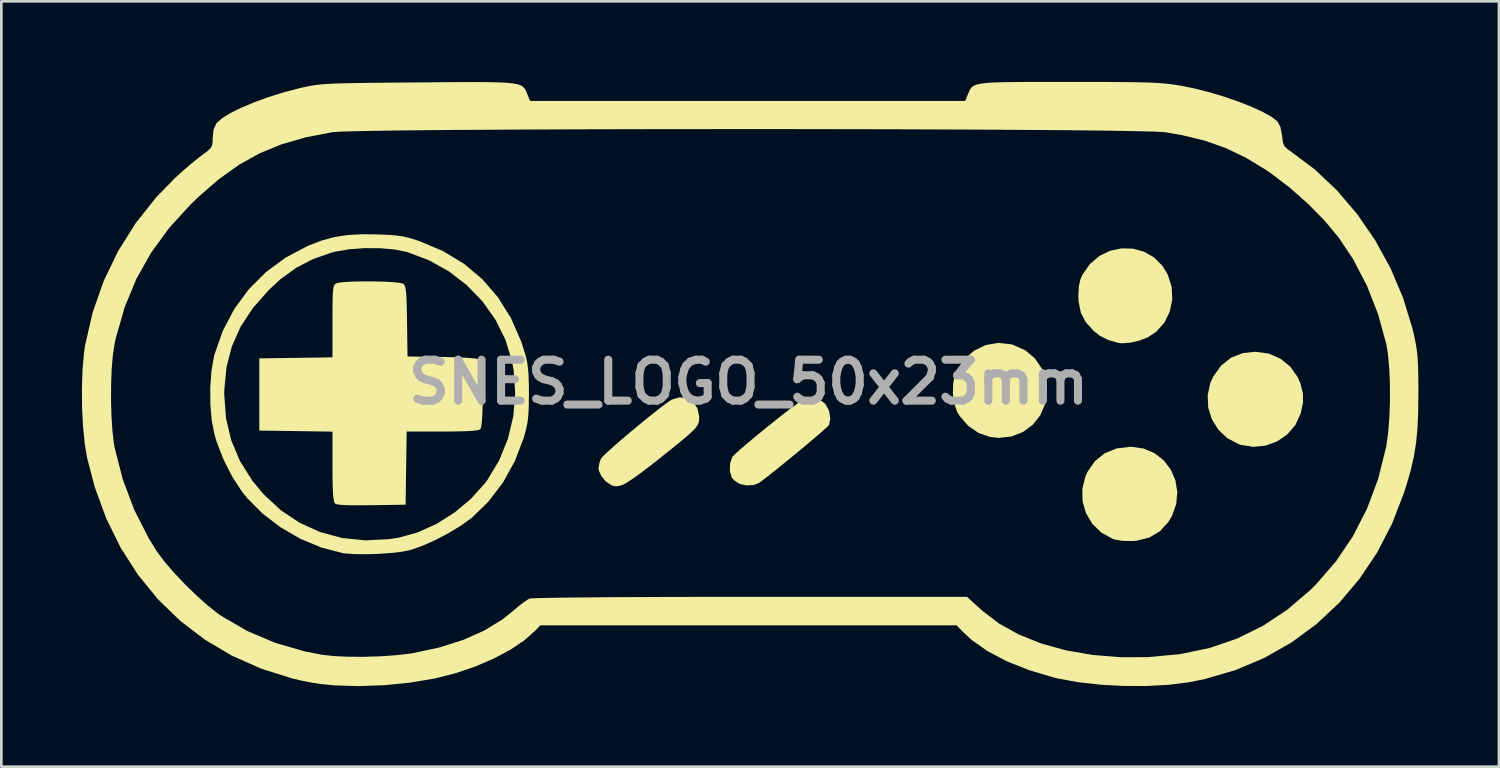
<source format=kicad_pcb>
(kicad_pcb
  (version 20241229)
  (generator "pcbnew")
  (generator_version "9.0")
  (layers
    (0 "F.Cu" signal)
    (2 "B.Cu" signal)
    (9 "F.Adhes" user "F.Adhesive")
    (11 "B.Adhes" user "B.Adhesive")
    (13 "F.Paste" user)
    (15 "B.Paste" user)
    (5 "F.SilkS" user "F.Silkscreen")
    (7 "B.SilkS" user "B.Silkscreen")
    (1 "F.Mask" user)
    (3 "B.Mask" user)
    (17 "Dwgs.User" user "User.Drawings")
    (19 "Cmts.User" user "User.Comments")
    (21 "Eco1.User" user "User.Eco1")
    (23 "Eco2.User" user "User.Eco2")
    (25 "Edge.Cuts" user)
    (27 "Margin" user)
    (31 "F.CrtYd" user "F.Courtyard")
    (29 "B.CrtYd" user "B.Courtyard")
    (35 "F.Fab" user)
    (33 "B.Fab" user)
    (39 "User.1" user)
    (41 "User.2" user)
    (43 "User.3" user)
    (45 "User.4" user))
  (footprint "SNES_LOGO_50x23mm"
    (layer "F.Cu")
    (at 24.825 11.179)
    (property "Reference" "SNES_LOGO_50x23mm" (at 0 0 0) (layer "F.Fab") (effects (font (size 1.524 1.524) (thickness 0.3))))
    (attr board_only exclude_from_pos_files exclude_from_bom)
    (fp_poly (pts (xy 9.763 -1.411) (xy 9.841 -1.39) (xy 10.297 -1.189) (xy 10.662 -0.885) (xy 10.925 -0.495) (xy 11.076 -0.033) (xy 11.107 0.322) (xy 11.044 0.806) (xy 10.863 1.232) (xy 10.582 1.586) (xy 10.22 1.855) (xy 9.793 2.023) (xy 9.318 2.077) (xy 8.994 2.043) (xy 8.561 1.893) (xy 8.172 1.623) (xy 7.855 1.255) (xy 7.761 1.097) (xy 7.655 0.793) (xy 7.607 0.421) (xy 7.618 0.038) (xy 7.687 -0.299) (xy 7.739 -0.425) (xy 8.033 -0.852) (xy 8.4 -1.173) (xy 8.823 -1.379) (xy 9.283 -1.461)) (stroke (width 0) (type solid)) (fill yes) (layer "F.SilkS"))
    (fp_poly (pts (xy 19.361 -1.065) (xy 19.801 -0.875) (xy 20.169 -0.578) (xy 20.446 -0.186) (xy 20.552 0.062) (xy 20.641 0.422) (xy 20.645 0.764) (xy 20.562 1.151) (xy 20.556 1.172) (xy 20.36 1.597) (xy 20.062 1.944) (xy 19.686 2.204) (xy 19.256 2.363) (xy 18.794 2.41) (xy 18.326 2.335) (xy 18.248 2.309) (xy 17.827 2.088) (xy 17.492 1.773) (xy 17.252 1.387) (xy 17.116 0.953) (xy 17.093 0.496) (xy 17.191 0.039) (xy 17.3 -0.203) (xy 17.596 -0.617) (xy 17.964 -0.91) (xy 18.405 -1.081) (xy 18.871 -1.131)) (stroke (width 0) (type solid)) (fill yes) (layer "F.SilkS"))
    (fp_poly (pts (xy 14.237 2.407) (xy 14.71 2.472) (xy 15.122 2.649) (xy 15.463 2.919) (xy 15.724 3.262) (xy 15.894 3.66) (xy 15.964 4.092) (xy 15.924 4.54) (xy 15.765 4.984) (xy 15.634 5.203) (xy 15.314 5.555) (xy 14.919 5.789) (xy 14.446 5.905) (xy 14.304 5.917) (xy 13.917 5.911) (xy 13.609 5.855) (xy 13.567 5.84) (xy 13.138 5.606) (xy 12.801 5.279) (xy 12.565 4.884) (xy 12.436 4.442) (xy 12.426 3.977) (xy 12.542 3.51) (xy 12.616 3.347) (xy 12.897 2.941) (xy 13.263 2.647) (xy 13.708 2.468) (xy 14.227 2.407)) (stroke (width 0) (type solid)) (fill yes) (layer "F.SilkS"))
    (fp_poly (pts (xy 14.312 -4.97) (xy 14.726 -4.856) (xy 15.101 -4.64) (xy 15.418 -4.322) (xy 15.61 -4) (xy 15.754 -3.542) (xy 15.776 -3.076) (xy 15.684 -2.628) (xy 15.486 -2.222) (xy 15.19 -1.884) (xy 14.871 -1.671) (xy 14.557 -1.548) (xy 14.217 -1.469) (xy 13.908 -1.446) (xy 13.761 -1.462) (xy 13.38 -1.574) (xy 13.085 -1.723) (xy 12.863 -1.896) (xy 12.556 -2.23) (xy 12.371 -2.585) (xy 12.288 -3.001) (xy 12.28 -3.219) (xy 12.297 -3.565) (xy 12.356 -3.829) (xy 12.432 -4.002) (xy 12.711 -4.401) (xy 13.06 -4.697) (xy 13.458 -4.89) (xy 13.883 -4.981)) (stroke (width 0) (type solid)) (fill yes) (layer "F.SilkS"))
    (fp_poly (pts (xy 2.486 0.585) (xy 2.624 0.636) (xy 2.655 0.651) (xy 2.861 0.816) (xy 2.996 1.065) (xy 3.042 1.351) (xy 2.997 1.592) (xy 2.935 1.659) (xy 2.781 1.799) (xy 2.553 1.997) (xy 2.27 2.237) (xy 1.95 2.504) (xy 1.612 2.783) (xy 1.274 3.059) (xy 0.954 3.316) (xy 0.672 3.539) (xy 0.445 3.712) (xy 0.389 3.753) (xy 0.184 3.832) (xy -0.076 3.847) (xy -0.322 3.793) (xy -0.331 3.789) (xy -0.508 3.68) (xy -0.629 3.553) (xy -0.631 3.548) (xy -0.699 3.305) (xy -0.69 3.027) (xy -0.607 2.79) (xy -0.594 2.771) (xy -0.508 2.681) (xy -0.328 2.519) (xy -0.071 2.298) (xy 0.244 2.035) (xy 0.601 1.743) (xy 0.793 1.588) (xy 1.229 1.24) (xy 1.573 0.975) (xy 1.841 0.783) (xy 2.05 0.657) (xy 2.216 0.587) (xy 2.356 0.566)) (stroke (width 0) (type solid)) (fill yes) (layer "F.SilkS"))
    (fp_poly (pts (xy -2.294 0.603) (xy -2.063 0.747) (xy -1.903 0.978) (xy -1.84 1.278) (xy -1.84 1.29) (xy -1.842 1.401) (xy -1.857 1.499) (xy -1.896 1.595) (xy -1.972 1.703) (xy -2.097 1.834) (xy -2.283 2.003) (xy -2.542 2.22) (xy -2.886 2.499) (xy -3.327 2.852) (xy -3.383 2.897) (xy -3.733 3.17) (xy -4.059 3.415) (xy -4.341 3.616) (xy -4.558 3.758) (xy -4.688 3.826) (xy -4.692 3.827) (xy -4.861 3.873) (xy -4.964 3.88) (xy -5.071 3.849) (xy -5.137 3.822) (xy -5.322 3.695) (xy -5.482 3.5) (xy -5.578 3.292) (xy -5.589 3.213) (xy -5.56 3.024) (xy -5.502 2.858) (xy -5.427 2.768) (xy -5.261 2.607) (xy -5.021 2.391) (xy -4.729 2.137) (xy -4.403 1.861) (xy -4.062 1.578) (xy -3.727 1.305) (xy -3.416 1.058) (xy -3.15 0.853) (xy -2.947 0.707) (xy -2.852 0.648) (xy -2.566 0.564)) (stroke (width 0) (type solid)) (fill yes) (layer "F.SilkS"))
    (fp_poly (pts (xy -13.938 -3.75) (xy -13.574 -3.741) (xy -13.255 -3.724) (xy -13.01 -3.7) (xy -12.869 -3.669) (xy -12.856 -3.661) (xy -12.813 -3.613) (xy -12.781 -3.528) (xy -12.758 -3.385) (xy -12.741 -3.167) (xy -12.73 -2.852) (xy -12.721 -2.421) (xy -12.719 -2.264) (xy -12.7 -0.955) (xy -11.396 -0.936) (xy -10.892 -0.924) (xy -10.488 -0.906) (xy -10.197 -0.882) (xy -10.03 -0.853) (xy -9.999 -0.839) (xy -9.964 -0.74) (xy -9.936 -0.529) (xy -9.916 -0.235) (xy -9.903 0.115) (xy -9.899 0.491) (xy -9.903 0.865) (xy -9.914 1.207) (xy -9.934 1.49) (xy -9.962 1.683) (xy -9.99 1.755) (xy -10.078 1.788) (xy -10.27 1.813) (xy -10.578 1.829) (xy -11.011 1.838) (xy -11.404 1.84) (xy -12.732 1.84) (xy -12.752 3.202) (xy -12.771 4.564) (xy -14.046 4.583) (xy -14.548 4.587) (xy -14.923 4.583) (xy -15.182 4.569) (xy -15.341 4.546) (xy -15.408 4.516) (xy -15.442 4.43) (xy -15.468 4.246) (xy -15.484 3.95) (xy -15.493 3.533) (xy -15.495 3.136) (xy -15.495 1.843) (xy -16.857 1.823) (xy -18.219 1.804) (xy -18.219 -0.884) (xy -16.857 -0.904) (xy -15.495 -0.923) (xy -15.495 -2.263) (xy -15.494 -2.731) (xy -15.49 -3.078) (xy -15.481 -3.323) (xy -15.466 -3.485) (xy -15.441 -3.585) (xy -15.406 -3.642) (xy -15.359 -3.676) (xy -15.358 -3.677) (xy -15.228 -3.708) (xy -14.991 -3.731) (xy -14.676 -3.745) (xy -14.315 -3.752)) (stroke (width 0) (type solid)) (fill yes) (layer "F.SilkS"))
    (fp_poly (pts (xy -13.867 -5.502) (xy -13.451 -5.486) (xy -13.134 -5.463) (xy -12.872 -5.425) (xy -12.623 -5.366) (xy -12.343 -5.278) (xy -12.25 -5.247) (xy -11.376 -4.879) (xy -10.597 -4.407) (xy -9.915 -3.832) (xy -9.331 -3.157) (xy -8.848 -2.383) (xy -8.467 -1.513) (xy -8.292 -0.955) (xy -8.234 -0.679) (xy -8.198 -0.335) (xy -8.182 0.105) (xy -8.18 0.46) (xy -8.185 0.886) (xy -8.2 1.211) (xy -8.229 1.477) (xy -8.277 1.723) (xy -8.349 1.992) (xy -8.377 2.085) (xy -8.706 2.946) (xy -9.147 3.74) (xy -9.69 4.452) (xy -10.288 5.034) (xy -10.676 5.32) (xy -11.15 5.61) (xy -11.662 5.879) (xy -12.166 6.103) (xy -12.615 6.257) (xy -12.629 6.261) (xy -12.932 6.319) (xy -13.332 6.364) (xy -13.785 6.395) (xy -14.247 6.409) (xy -14.674 6.404) (xy -15.022 6.38) (xy -15.124 6.365) (xy -15.911 6.159) (xy -16.688 5.834) (xy -17.427 5.407) (xy -18.098 4.896) (xy -18.674 4.317) (xy -18.853 4.094) (xy -19.218 3.537) (xy -19.545 2.898) (xy -19.803 2.236) (xy -19.89 1.946) (xy -19.991 1.421) (xy -20.043 0.816) (xy -20.044 0.46) (xy -19.525 0.46) (xy -19.46 1.339) (xy -19.265 2.165) (xy -18.937 2.943) (xy -18.476 3.674) (xy -18.055 4.18) (xy -17.419 4.77) (xy -16.714 5.24) (xy -15.949 5.585) (xy -15.135 5.804) (xy -14.279 5.892) (xy -13.393 5.848) (xy -13.018 5.789) (xy -12.314 5.593) (xy -11.614 5.275) (xy -10.948 4.854) (xy -10.342 4.349) (xy -9.825 3.776) (xy -9.721 3.636) (xy -9.282 2.903) (xy -8.961 2.107) (xy -8.762 1.269) (xy -8.69 0.412) (xy -8.749 -0.443) (xy -8.815 -0.8) (xy -9.059 -1.589) (xy -9.428 -2.328) (xy -9.909 -3.005) (xy -10.49 -3.608) (xy -11.159 -4.124) (xy -11.904 -4.54) (xy -12.713 -4.843) (xy -12.735 -4.85) (xy -13.186 -4.94) (xy -13.722 -4.986) (xy -14.297 -4.989) (xy -14.861 -4.948) (xy -15.366 -4.865) (xy -15.53 -4.823) (xy -16.232 -4.576) (xy -16.852 -4.254) (xy -17.429 -3.833) (xy -17.865 -3.431) (xy -18.458 -2.76) (xy -18.915 -2.064) (xy -19.241 -1.333) (xy -19.442 -0.552) (xy -19.523 0.289) (xy -19.525 0.46) (xy -20.044 0.46) (xy -20.046 0.182) (xy -20 -0.428) (xy -19.905 -0.964) (xy -19.89 -1.022) (xy -19.581 -1.906) (xy -19.155 -2.718) (xy -18.618 -3.45) (xy -17.979 -4.091) (xy -17.246 -4.633) (xy -16.427 -5.066) (xy -16.402 -5.077) (xy -15.906 -5.269) (xy -15.433 -5.4) (xy -14.941 -5.477) (xy -14.386 -5.507)) (stroke (width 0) (type solid)) (fill yes) (layer "F.SilkS"))
    (fp_poly (pts (xy 11.93 -11.179) (xy 12.721 -11.178) (xy 13.386 -11.177) (xy 13.939 -11.173) (xy 14.397 -11.167) (xy 14.774 -11.159) (xy 15.086 -11.147) (xy 15.347 -11.131) (xy 15.574 -11.111) (xy 15.782 -11.086) (xy 15.985 -11.056) (xy 16.102 -11.036) (xy 16.627 -10.93) (xy 17.176 -10.789) (xy 17.727 -10.623) (xy 18.256 -10.44) (xy 18.741 -10.248) (xy 19.157 -10.056) (xy 19.481 -9.873) (xy 19.691 -9.708) (xy 19.699 -9.7) (xy 19.803 -9.5) (xy 19.863 -9.197) (xy 19.866 -9.165) (xy 19.894 -8.935) (xy 19.949 -8.79) (xy 20.063 -8.677) (xy 20.19 -8.589) (xy 21.085 -7.919) (xy 21.914 -7.134) (xy 22.667 -6.249) (xy 23.334 -5.279) (xy 23.904 -4.24) (xy 24.368 -3.146) (xy 24.716 -2.012) (xy 24.776 -1.76) (xy 24.834 -1.483) (xy 24.877 -1.227) (xy 24.907 -0.961) (xy 24.926 -0.657) (xy 24.936 -0.285) (xy 24.94 0.187) (xy 24.94 0.425) (xy 24.932 1.135) (xy 24.905 1.741) (xy 24.853 2.277) (xy 24.771 2.781) (xy 24.654 3.287) (xy 24.497 3.832) (xy 24.407 4.114) (xy 23.96 5.271) (xy 23.405 6.344) (xy 22.747 7.327) (xy 21.993 8.217) (xy 21.15 9.006) (xy 20.222 9.69) (xy 19.217 10.263) (xy 18.14 10.719) (xy 16.998 11.054) (xy 16.383 11.178) (xy 15.64 11.271) (xy 14.816 11.315) (xy 13.951 11.313) (xy 13.087 11.265) (xy 12.267 11.173) (xy 11.531 11.038) (xy 11.386 11.004) (xy 10.461 10.73) (xy 9.633 10.403) (xy 8.915 10.027) (xy 8.315 9.609) (xy 7.955 9.276) (xy 7.748 9.056) (xy -7.758 9.056) (xy -7.93 9.241) (xy -8.338 9.606) (xy -8.863 9.96) (xy -9.483 10.291) (xy -10.171 10.587) (xy -10.906 10.837) (xy -11.662 11.03) (xy -11.697 11.037) (xy -12.608 11.19) (xy -13.562 11.285) (xy -14.514 11.32) (xy -15.416 11.292) (xy -15.945 11.24) (xy -16.268 11.189) (xy -16.644 11.115) (xy -16.989 11.035) (xy -18.153 10.669) (xy -19.24 10.185) (xy -20.247 9.589) (xy -21.169 8.885) (xy -22 8.078) (xy -22.738 7.173) (xy -23.378 6.174) (xy -23.916 5.085) (xy -24.346 3.913) (xy -24.63 2.829) (xy -24.721 2.282) (xy -24.784 1.637) (xy -24.82 0.937) (xy -24.822 0.674) (xy -23.741 0.674) (xy -23.724 1.269) (xy -23.688 1.819) (xy -23.633 2.288) (xy -23.606 2.441) (xy -23.303 3.621) (xy -22.877 4.753) (xy -22.336 5.817) (xy -22.028 6.313) (xy -21.761 6.671) (xy -21.41 7.081) (xy -21.004 7.51) (xy -20.575 7.929) (xy -20.153 8.306) (xy -19.769 8.612) (xy -19.64 8.702) (xy -18.667 9.267) (xy -17.623 9.71) (xy -16.511 10.031) (xy -15.884 10.152) (xy -15.448 10.2) (xy -14.914 10.225) (xy -14.322 10.228) (xy -13.714 10.209) (xy -13.128 10.169) (xy -12.608 10.108) (xy -12.486 10.089) (xy -11.509 9.879) (xy -10.622 9.597) (xy -9.837 9.247) (xy -9.164 8.835) (xy -8.816 8.557) (xy -8.58 8.357) (xy -8.363 8.19) (xy -8.201 8.082) (xy -8.158 8.06) (xy -8.062 8.051) (xy -7.832 8.042) (xy -7.474 8.033) (xy -6.995 8.026) (xy -6.402 8.019) (xy -5.702 8.013) (xy -4.902 8.007) (xy -4.008 8.003) (xy -3.027 7.999) (xy -1.967 7.997) (xy -0.834 7.995) (xy 0.074 7.995) (xy 8.134 7.995) (xy 8.683 8.496) (xy 9.316 8.983) (xy 10.058 9.396) (xy 10.898 9.733) (xy 11.823 9.989) (xy 12.819 10.16) (xy 13.874 10.244) (xy 14.893 10.239) (xy 16.064 10.129) (xy 17.16 9.901) (xy 18.186 9.551) (xy 19.148 9.078) (xy 20.052 8.48) (xy 20.904 7.753) (xy 21.119 7.54) (xy 21.863 6.686) (xy 22.5 5.743) (xy 23.026 4.717) (xy 23.438 3.617) (xy 23.731 2.451) (xy 23.747 2.37) (xy 23.815 1.887) (xy 23.86 1.319) (xy 23.882 0.705) (xy 23.881 0.083) (xy 23.856 -0.51) (xy 23.808 -1.035) (xy 23.746 -1.415) (xy 23.441 -2.526) (xy 23.025 -3.59) (xy 22.508 -4.581) (xy 21.97 -5.387) (xy 21.455 -6.006) (xy 20.841 -6.631) (xy 20.166 -7.229) (xy 19.467 -7.764) (xy 19.249 -7.913) (xy 18.507 -8.362) (xy 17.766 -8.716) (xy 16.987 -8.991) (xy 16.135 -9.198) (xy 15.53 -9.303) (xy 15.37 -9.316) (xy 15.076 -9.329) (xy 14.657 -9.34) (xy 14.122 -9.351) (xy 13.478 -9.362) (xy 12.734 -9.371) (xy 11.898 -9.38) (xy 10.978 -9.387) (xy 9.982 -9.394) (xy 8.919 -9.401) (xy 7.796 -9.406) (xy 6.623 -9.411) (xy 5.407 -9.415) (xy 4.156 -9.418) (xy 2.879 -9.42) (xy 1.584 -9.422) (xy 0.279 -9.422) (xy -1.027 -9.422) (xy -2.327 -9.421) (xy -3.612 -9.42) (xy -4.874 -9.417) (xy -6.105 -9.414) (xy -7.297 -9.41) (xy -8.44 -9.405) (xy -9.528 -9.399) (xy -10.552 -9.393) (xy -11.503 -9.386) (xy -12.374 -9.378) (xy -13.156 -9.369) (xy -13.841 -9.359) (xy -14.421 -9.348) (xy -14.887 -9.337) (xy -15.231 -9.325) (xy -15.446 -9.312) (xy -15.495 -9.307) (xy -16.488 -9.116) (xy -17.384 -8.858) (xy -18.207 -8.52) (xy -18.982 -8.088) (xy -19.735 -7.549) (xy -20.492 -6.892) (xy -20.776 -6.617) (xy -21.579 -5.738) (xy -22.25 -4.817) (xy -22.799 -3.84) (xy -23.232 -2.792) (xy -23.557 -1.659) (xy -23.611 -1.415) (xy -23.672 -1.01) (xy -23.715 -0.503) (xy -23.737 0.071) (xy -23.741 0.674) (xy -24.822 0.674) (xy -24.825 0.221) (xy -24.801 -0.468) (xy -24.747 -1.089) (xy -24.705 -1.38) (xy -24.426 -2.593) (xy -24.016 -3.761) (xy -23.479 -4.874) (xy -22.823 -5.92) (xy -22.052 -6.89) (xy -21.37 -7.59) (xy -21.083 -7.851) (xy -20.779 -8.113) (xy -20.503 -8.337) (xy -20.381 -8.43) (xy -20.164 -8.591) (xy -20.037 -8.708) (xy -19.976 -8.819) (xy -19.956 -8.962) (xy -19.954 -9.1) (xy -19.923 -9.403) (xy -19.825 -9.622) (xy -19.803 -9.651) (xy -19.61 -9.824) (xy -19.3 -10.016) (xy -18.893 -10.217) (xy -18.411 -10.419) (xy -17.875 -10.614) (xy -17.306 -10.792) (xy -16.726 -10.944) (xy -16.591 -10.975) (xy -16.426 -11.011) (xy -16.266 -11.041) (xy -16.098 -11.066) (xy -15.909 -11.087) (xy -15.684 -11.103) (xy -15.409 -11.117) (xy -15.07 -11.128) (xy -14.655 -11.136) (xy -14.147 -11.144) (xy -13.535 -11.15) (xy -12.803 -11.156) (xy -12.297 -11.16) (xy -11.461 -11.167) (xy -10.754 -11.171) (xy -10.166 -11.173) (xy -9.685 -11.17) (xy -9.298 -11.161) (xy -8.996 -11.146) (xy -8.765 -11.122) (xy -8.595 -11.089) (xy -8.473 -11.044) (xy -8.389 -10.988) (xy -8.33 -10.918) (xy -8.286 -10.834) (xy -8.244 -10.733) (xy -8.232 -10.704) (xy -8.135 -10.471) (xy 8.064 -10.471) (xy 8.163 -10.71) (xy 8.207 -10.815) (xy 8.25 -10.903) (xy 8.304 -10.976) (xy 8.382 -11.035) (xy 8.496 -11.081) (xy 8.658 -11.116) (xy 8.879 -11.141) (xy 9.172 -11.159) (xy 9.549 -11.17) (xy 10.023 -11.176) (xy 10.604 -11.178) (xy 11.305 -11.179)) (stroke (width 0) (type solid)) (fill yes) (layer "F.SilkS")))
  (gr_rect
    (start -3 -3)
    (end 52.766 25.498)
    (stroke (width 0.1) (type default))
    (fill no)
    (layer "Edge.Cuts")))
</source>
